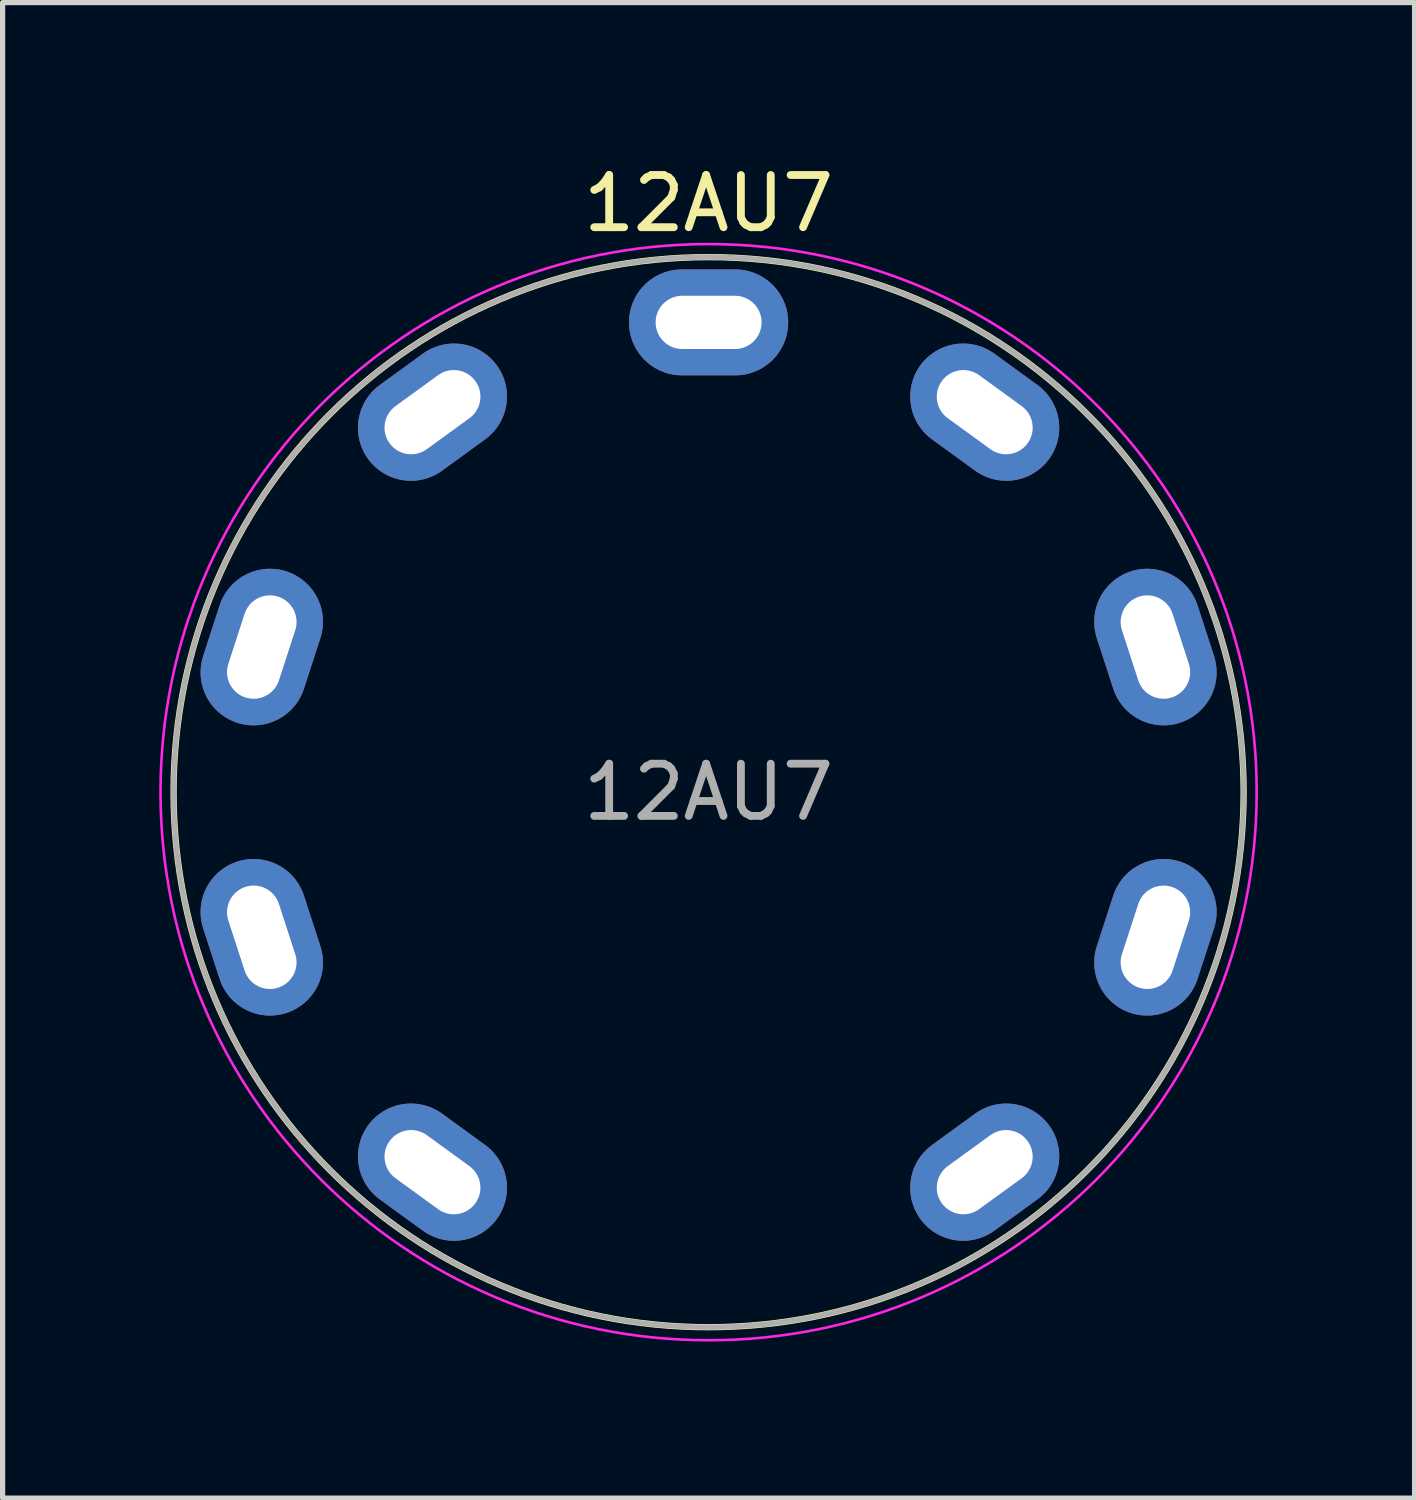
<source format=kicad_pcb>
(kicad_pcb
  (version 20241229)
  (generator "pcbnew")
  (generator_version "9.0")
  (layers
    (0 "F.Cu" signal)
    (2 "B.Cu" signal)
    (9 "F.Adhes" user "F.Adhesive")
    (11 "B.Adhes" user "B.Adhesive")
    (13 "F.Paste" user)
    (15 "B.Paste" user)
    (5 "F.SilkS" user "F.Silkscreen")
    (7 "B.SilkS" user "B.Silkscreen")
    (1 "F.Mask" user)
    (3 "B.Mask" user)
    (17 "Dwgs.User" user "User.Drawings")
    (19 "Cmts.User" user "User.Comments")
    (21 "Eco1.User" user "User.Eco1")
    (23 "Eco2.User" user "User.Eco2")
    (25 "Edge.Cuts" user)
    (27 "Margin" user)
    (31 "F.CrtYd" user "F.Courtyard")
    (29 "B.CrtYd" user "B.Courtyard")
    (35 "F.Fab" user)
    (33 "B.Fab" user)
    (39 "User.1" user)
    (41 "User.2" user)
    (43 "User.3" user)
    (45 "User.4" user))
  (footprint "12AU7"
    (layer "F.Cu")
    (at 10.525 12.126)
    (property "Reference" "12AU7" (at 0 -11.278 0) (layer "F.SilkS") (effects (font (size 1 1) (thickness 0.15))))
    (attr through_hole)
    (fp_circle (center 0 0) (end 10.25 0) (stroke (width 0.12) (type solid)) (fill no) (layer "F.SilkS"))
    (fp_circle (center 0 0) (end 10.5 0) (stroke (width 0.05) (type solid)) (fill no) (layer "F.CrtYd"))
    (fp_circle (center 0 0) (end 10.25 0) (stroke (width 0.1) (type solid)) (fill no) (layer "F.Fab"))
    (fp_text user "${REFERENCE}" (at 0 0 0) (layer "F.Fab") (effects (font (size 1 1) (thickness 0.15))))
    (pad "1" thru_hole oval (at 5.29 7.28 306) (size 2.03 3.05) (drill oval 1.02 2.03) (layers "*.Cu" "*.Mask"))
    (pad "2" thru_hole oval (at 8.56 2.78 342) (size 2.03 3.05) (drill oval 1.02 2.03) (layers "*.Cu" "*.Mask"))
    (pad "3" thru_hole oval (at 8.56 -2.78 18) (size 2.03 3.05) (drill oval 1.02 2.03) (layers "*.Cu" "*.Mask"))
    (pad "4" thru_hole oval (at 5.29 -7.28 54) (size 2.03 3.05) (drill oval 1.02 2.03) (layers "*.Cu" "*.Mask"))
    (pad "5" thru_hole oval (at 0 -9 90) (size 2.03 3.05) (drill oval 1.02 2.03) (layers "*.Cu" "*.Mask"))
    (pad "6" thru_hole oval (at -5.29 -7.28 306) (size 2.03 3.05) (drill oval 1.02 2.03) (layers "*.Cu" "*.Mask"))
    (pad "7" thru_hole oval (at -8.56 -2.78 342) (size 2.03 3.05) (drill oval 1.02 2.03) (layers "*.Cu" "*.Mask"))
    (pad "8" thru_hole oval (at -8.56 2.78 18) (size 2.03 3.05) (drill oval 1.02 2.03) (layers "*.Cu" "*.Mask"))
    (pad "9" thru_hole oval (at -5.29 7.28 54) (size 2.03 3.05) (drill oval 1.02 2.03) (layers "*.Cu" "*.Mask")))
  (gr_rect
    (start -3 -3)
    (end 24.05 25.651)
    (stroke (width 0.1) (type default))
    (fill no)
    (layer "Edge.Cuts")))
</source>
